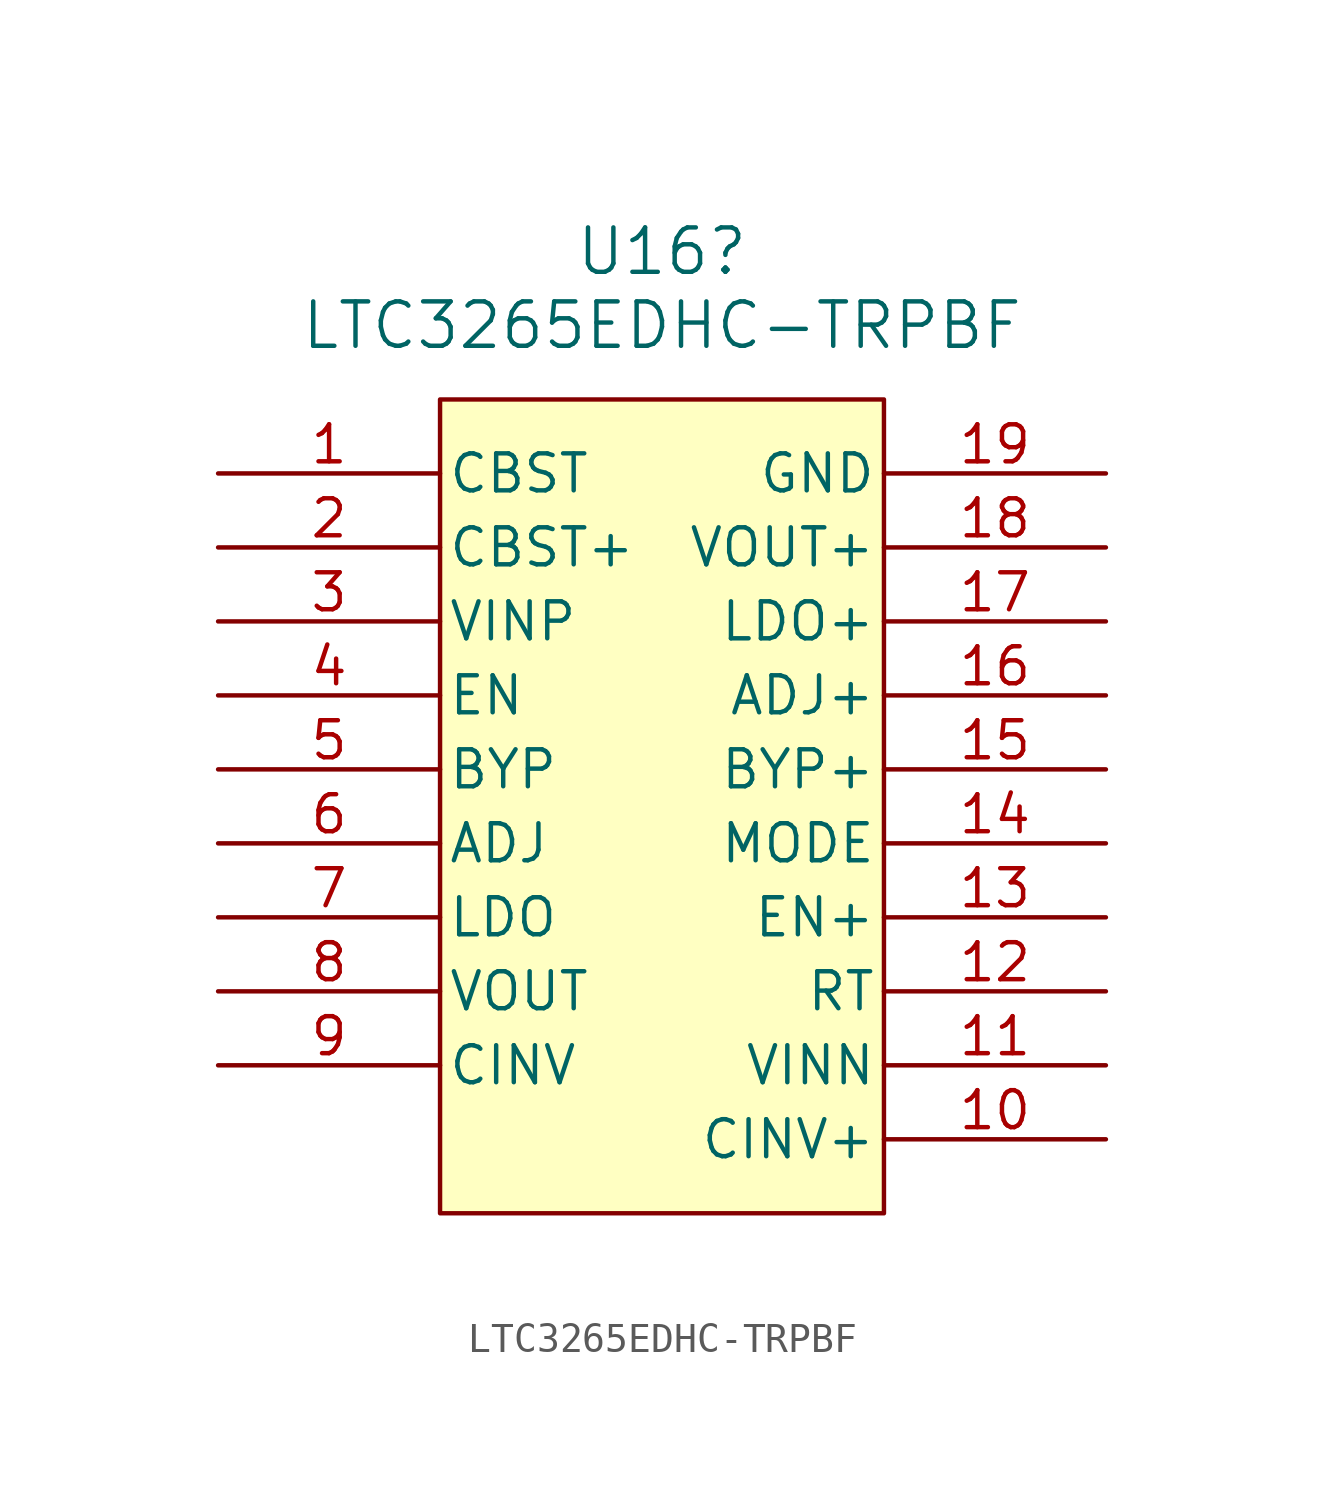
<source format=kicad_sym>
(kicad_symbol_lib
  (version 20220914)
  (generator kicad_symbol_editor)
  (symbol "LTC3265EDHC-TRPBF"
    (pin_names
      (offset 0.254))
    (property "Reference" "U16"
      (at 15.24 7.62 0)
      (effects (font (size 1.524 1.524))))
    (property "Value" "LTC3265EDHC-TRPBF"
      (at 15.24 5.08 0)
      (effects (font (size 1.524 1.524))))
    (property "ki_locked" ""
      (at 0 0 0)
      (effects (font (size 1.27 1.27))))
    (symbol "LTC3265EDHC-TRPBF_0_1"
      (pin unspecified line (at 0 0 0) (length 7.62) (name "CBST" (effects (font (size 1.27 1.27)))) (number "1" (effects (font (size 1.27 1.27)))))
      (pin input line (at 30.48 -22.86 180) (length 7.62) (name "CINV+" (effects (font (size 1.27 1.27)))) (number "10" (effects (font (size 1.27 1.27)))))
      (pin input line (at 30.48 -20.32 180) (length 7.62) (name "VINN" (effects (font (size 1.27 1.27)))) (number "11" (effects (font (size 1.27 1.27)))))
      (pin unspecified line (at 30.48 -17.78 180) (length 7.62) (name "RT" (effects (font (size 1.27 1.27)))) (number "12" (effects (font (size 1.27 1.27)))))
      (pin input line (at 30.48 -15.24 180) (length 7.62) (name "EN+" (effects (font (size 1.27 1.27)))) (number "13" (effects (font (size 1.27 1.27)))))
      (pin input line (at 30.48 -12.7 180) (length 7.62) (name "MODE" (effects (font (size 1.27 1.27)))) (number "14" (effects (font (size 1.27 1.27)))))
      (pin unspecified line (at 30.48 -10.16 180) (length 7.62) (name "BYP+" (effects (font (size 1.27 1.27)))) (number "15" (effects (font (size 1.27 1.27)))))
      (pin input line (at 30.48 -7.62 180) (length 7.62) (name "ADJ+" (effects (font (size 1.27 1.27)))) (number "16" (effects (font (size 1.27 1.27)))))
      (pin output line (at 30.48 -5.08 180) (length 7.62) (name "LDO+" (effects (font (size 1.27 1.27)))) (number "17" (effects (font (size 1.27 1.27)))))
      (pin output line (at 30.48 -2.54 180) (length 7.62) (name "VOUT+" (effects (font (size 1.27 1.27)))) (number "18" (effects (font (size 1.27 1.27)))))
      (pin power_out line (at 30.48 0 180) (length 7.62) (name "GND" (effects (font (size 1.27 1.27)))) (number "19" (effects (font (size 1.27 1.27)))))
      (pin unspecified line (at 0 -2.54 0) (length 7.62) (name "CBST+" (effects (font (size 1.27 1.27)))) (number "2" (effects (font (size 1.27 1.27)))))
      (pin input line (at 0 -5.08 0) (length 7.62) (name "VINP" (effects (font (size 1.27 1.27)))) (number "3" (effects (font (size 1.27 1.27)))))
      (pin input line (at 0 -7.62 0) (length 7.62) (name "EN" (effects (font (size 1.27 1.27)))) (number "4" (effects (font (size 1.27 1.27)))))
      (pin unspecified line (at 0 -10.16 0) (length 7.62) (name "BYP" (effects (font (size 1.27 1.27)))) (number "5" (effects (font (size 1.27 1.27)))))
      (pin input line (at 0 -12.7 0) (length 7.62) (name "ADJ" (effects (font (size 1.27 1.27)))) (number "6" (effects (font (size 1.27 1.27)))))
      (pin output line (at 0 -15.24 0) (length 7.62) (name "LDO" (effects (font (size 1.27 1.27)))) (number "7" (effects (font (size 1.27 1.27)))))
      (pin output line (at 0 -17.78 0) (length 7.62) (name "VOUT" (effects (font (size 1.27 1.27)))) (number "8" (effects (font (size 1.27 1.27)))))
      (pin input line (at 0 -20.32 0) (length 7.62) (name "CINV" (effects (font (size 1.27 1.27)))) (number "9" (effects (font (size 1.27 1.27))))))
    (symbol "LTC3265EDHC-TRPBF_1_1"
      (rectangle (start 7.62 2.54) (end 22.86 -25.4) (stroke (width 0) (type default)) (fill (type background))))))
</source>
